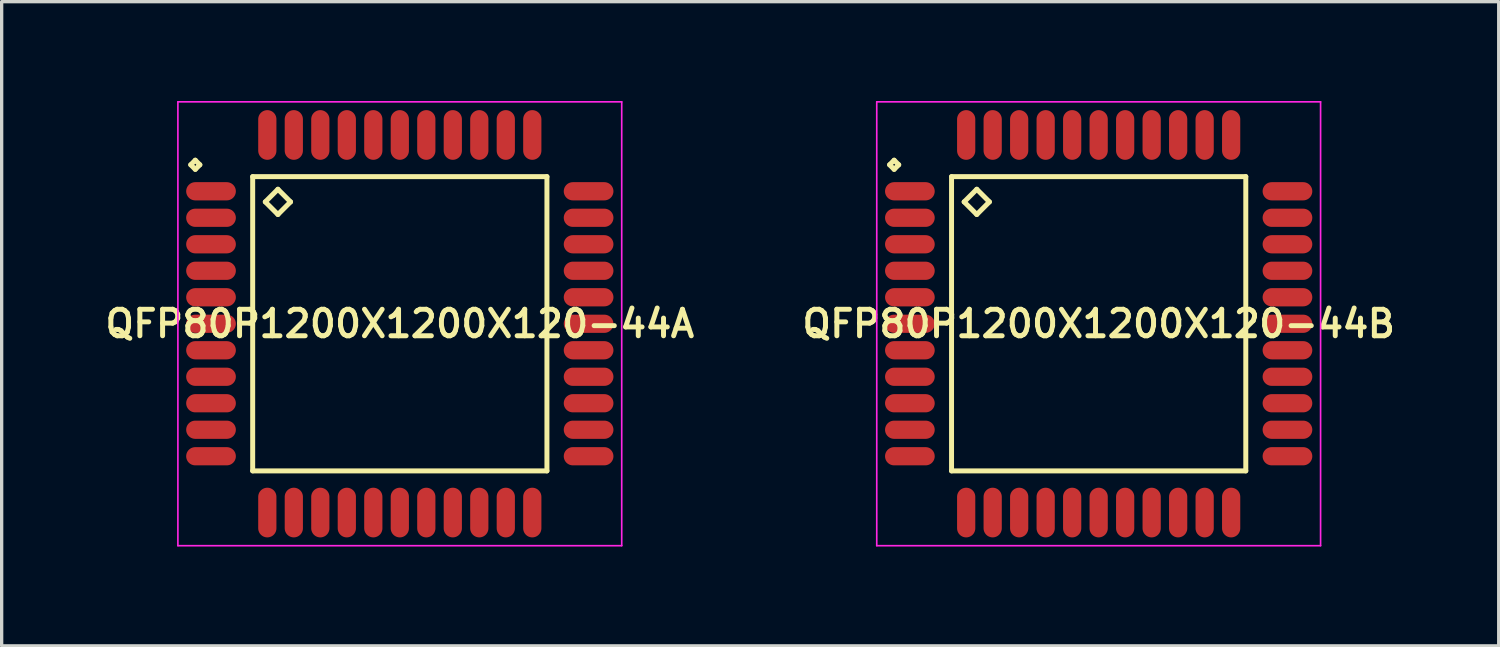
<source format=kicad_pcb>
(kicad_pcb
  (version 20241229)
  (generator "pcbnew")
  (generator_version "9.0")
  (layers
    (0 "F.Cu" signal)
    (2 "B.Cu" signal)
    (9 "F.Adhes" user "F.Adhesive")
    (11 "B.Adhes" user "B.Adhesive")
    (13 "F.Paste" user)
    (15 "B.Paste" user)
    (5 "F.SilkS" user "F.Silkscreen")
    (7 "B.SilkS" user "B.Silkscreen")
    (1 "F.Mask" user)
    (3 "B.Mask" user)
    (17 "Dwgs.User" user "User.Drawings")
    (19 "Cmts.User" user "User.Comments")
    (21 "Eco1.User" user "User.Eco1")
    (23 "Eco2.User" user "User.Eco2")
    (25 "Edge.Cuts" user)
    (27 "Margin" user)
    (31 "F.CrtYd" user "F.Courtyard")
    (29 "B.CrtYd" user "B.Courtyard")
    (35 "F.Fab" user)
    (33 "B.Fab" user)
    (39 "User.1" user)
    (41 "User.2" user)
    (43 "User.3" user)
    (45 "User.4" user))
  (footprint "QFP80P1200X1200X120-44B"
    (layer "F.Cu")
    (at 30.121 6.725)
    (property "Reference" "QFP80P1200X1200X120-44B" (at 0 0 0) (layer "F.SilkS") (effects (font (size 0.8 0.8) (thickness 0.15))))
    (attr smd)
    (fp_line (start -6.312 -4.8) (end -6.175 -4.938) (stroke (width 0.15) (type solid)) (layer "F.SilkS"))
    (fp_line (start -6.175 -4.938) (end -6.037 -4.8) (stroke (width 0.15) (type solid)) (layer "F.SilkS"))
    (fp_line (start -6.175 -4.662) (end -6.312 -4.8) (stroke (width 0.15) (type solid)) (layer "F.SilkS"))
    (fp_line (start -6.037 -4.8) (end -6.175 -4.662) (stroke (width 0.15) (type solid)) (layer "F.SilkS"))
    (fp_line (start -4.442 -4.442) (end -4.442 4.442) (stroke (width 0.15) (type solid)) (layer "F.SilkS"))
    (fp_line (start -4.442 4.442) (end 4.442 4.442) (stroke (width 0.15) (type solid)) (layer "F.SilkS"))
    (fp_line (start -4.061 -3.68) (end -3.68 -4.061) (stroke (width 0.15) (type solid)) (layer "F.SilkS"))
    (fp_line (start -3.68 -4.061) (end -3.299 -3.68) (stroke (width 0.15) (type solid)) (layer "F.SilkS"))
    (fp_line (start -3.68 -3.299) (end -4.061 -3.68) (stroke (width 0.15) (type solid)) (layer "F.SilkS"))
    (fp_line (start -3.299 -3.68) (end -3.68 -3.299) (stroke (width 0.15) (type solid)) (layer "F.SilkS"))
    (fp_line (start 4.442 -4.442) (end -4.442 -4.442) (stroke (width 0.15) (type solid)) (layer "F.SilkS"))
    (fp_line (start 4.442 4.442) (end 4.442 -4.442) (stroke (width 0.15) (type solid)) (layer "F.SilkS"))
    (fp_line (start -6.7 -6.7) (end 6.7 -6.7) (stroke (width 0.05) (type solid)) (layer "F.CrtYd"))
    (fp_line (start -6.7 6.7) (end -6.7 -6.7) (stroke (width 0.05) (type solid)) (layer "F.CrtYd"))
    (fp_line (start 6.7 -6.7) (end 6.7 6.7) (stroke (width 0.05) (type solid)) (layer "F.CrtYd"))
    (fp_line (start 6.7 6.7) (end -6.7 6.7) (stroke (width 0.05) (type solid)) (layer "F.CrtYd"))
    (pad "1" smd oval (at -5.7 -4) (size 1.5 0.55) (layers "F.Cu" "F.Mask" "F.Paste"))
    (pad "2" smd oval (at -5.7 -3.2) (size 1.5 0.55) (layers "F.Cu" "F.Mask" "F.Paste"))
    (pad "3" smd oval (at -5.7 -2.4) (size 1.5 0.55) (layers "F.Cu" "F.Mask" "F.Paste"))
    (pad "4" smd oval (at -5.7 -1.6) (size 1.5 0.55) (layers "F.Cu" "F.Mask" "F.Paste"))
    (pad "5" smd oval (at -5.7 -0.8) (size 1.5 0.55) (layers "F.Cu" "F.Mask" "F.Paste"))
    (pad "6" smd oval (at -5.7 0) (size 1.5 0.55) (layers "F.Cu" "F.Mask" "F.Paste"))
    (pad "7" smd oval (at -5.7 0.8) (size 1.5 0.55) (layers "F.Cu" "F.Mask" "F.Paste"))
    (pad "8" smd oval (at -5.7 1.6) (size 1.5 0.55) (layers "F.Cu" "F.Mask" "F.Paste"))
    (pad "9" smd oval (at -5.7 2.4) (size 1.5 0.55) (layers "F.Cu" "F.Mask" "F.Paste"))
    (pad "10" smd oval (at -5.7 3.2) (size 1.5 0.55) (layers "F.Cu" "F.Mask" "F.Paste"))
    (pad "11" smd oval (at -5.7 4) (size 1.5 0.55) (layers "F.Cu" "F.Mask" "F.Paste"))
    (pad "12" smd oval (at -4 5.7) (size 0.55 1.5) (layers "F.Cu" "F.Mask" "F.Paste"))
    (pad "13" smd oval (at -3.2 5.7) (size 0.55 1.5) (layers "F.Cu" "F.Mask" "F.Paste"))
    (pad "14" smd oval (at -2.4 5.7) (size 0.55 1.5) (layers "F.Cu" "F.Mask" "F.Paste"))
    (pad "15" smd oval (at -1.6 5.7) (size 0.55 1.5) (layers "F.Cu" "F.Mask" "F.Paste"))
    (pad "16" smd oval (at -0.8 5.7) (size 0.55 1.5) (layers "F.Cu" "F.Mask" "F.Paste"))
    (pad "17" smd oval (at 0 5.7) (size 0.55 1.5) (layers "F.Cu" "F.Mask" "F.Paste"))
    (pad "18" smd oval (at 0.8 5.7) (size 0.55 1.5) (layers "F.Cu" "F.Mask" "F.Paste"))
    (pad "19" smd oval (at 1.6 5.7) (size 0.55 1.5) (layers "F.Cu" "F.Mask" "F.Paste"))
    (pad "20" smd oval (at 2.4 5.7) (size 0.55 1.5) (layers "F.Cu" "F.Mask" "F.Paste"))
    (pad "21" smd oval (at 3.2 5.7) (size 0.55 1.5) (layers "F.Cu" "F.Mask" "F.Paste"))
    (pad "22" smd oval (at 4 5.7) (size 0.55 1.5) (layers "F.Cu" "F.Mask" "F.Paste"))
    (pad "23" smd oval (at 5.7 4) (size 1.5 0.55) (layers "F.Cu" "F.Mask" "F.Paste"))
    (pad "24" smd oval (at 5.7 3.2) (size 1.5 0.55) (layers "F.Cu" "F.Mask" "F.Paste"))
    (pad "25" smd oval (at 5.7 2.4) (size 1.5 0.55) (layers "F.Cu" "F.Mask" "F.Paste"))
    (pad "26" smd oval (at 5.7 1.6) (size 1.5 0.55) (layers "F.Cu" "F.Mask" "F.Paste"))
    (pad "27" smd oval (at 5.7 0.8) (size 1.5 0.55) (layers "F.Cu" "F.Mask" "F.Paste"))
    (pad "28" smd oval (at 5.7 0) (size 1.5 0.55) (layers "F.Cu" "F.Mask" "F.Paste"))
    (pad "29" smd oval (at 5.7 -0.8) (size 1.5 0.55) (layers "F.Cu" "F.Mask" "F.Paste"))
    (pad "30" smd oval (at 5.7 -1.6) (size 1.5 0.55) (layers "F.Cu" "F.Mask" "F.Paste"))
    (pad "31" smd oval (at 5.7 -2.4) (size 1.5 0.55) (layers "F.Cu" "F.Mask" "F.Paste"))
    (pad "32" smd oval (at 5.7 -3.2) (size 1.5 0.55) (layers "F.Cu" "F.Mask" "F.Paste"))
    (pad "33" smd oval (at 5.7 -4) (size 1.5 0.55) (layers "F.Cu" "F.Mask" "F.Paste"))
    (pad "34" smd oval (at 4 -5.7) (size 0.55 1.5) (layers "F.Cu" "F.Mask" "F.Paste"))
    (pad "35" smd oval (at 3.2 -5.7) (size 0.55 1.5) (layers "F.Cu" "F.Mask" "F.Paste"))
    (pad "36" smd oval (at 2.4 -5.7) (size 0.55 1.5) (layers "F.Cu" "F.Mask" "F.Paste"))
    (pad "37" smd oval (at 1.6 -5.7) (size 0.55 1.5) (layers "F.Cu" "F.Mask" "F.Paste"))
    (pad "38" smd oval (at 0.8 -5.7) (size 0.55 1.5) (layers "F.Cu" "F.Mask" "F.Paste"))
    (pad "39" smd oval (at 0 -5.7) (size 0.55 1.5) (layers "F.Cu" "F.Mask" "F.Paste"))
    (pad "40" smd oval (at -0.8 -5.7) (size 0.55 1.5) (layers "F.Cu" "F.Mask" "F.Paste"))
    (pad "41" smd oval (at -1.6 -5.7) (size 0.55 1.5) (layers "F.Cu" "F.Mask" "F.Paste"))
    (pad "42" smd oval (at -2.4 -5.7) (size 0.55 1.5) (layers "F.Cu" "F.Mask" "F.Paste"))
    (pad "43" smd oval (at -3.2 -5.7) (size 0.55 1.5) (layers "F.Cu" "F.Mask" "F.Paste"))
    (pad "44" smd oval (at -4 -5.7) (size 0.55 1.5) (layers "F.Cu" "F.Mask" "F.Paste")))
  (footprint "QFP80P1200X1200X120-44A"
    (layer "F.Cu")
    (at 9.021 6.725)
    (property "Reference" "QFP80P1200X1200X120-44A" (at 0 0 0) (layer "F.SilkS") (effects (font (size 0.8 0.8) (thickness 0.15))))
    (attr smd)
    (fp_line (start -6.312 -4.8) (end -6.175 -4.938) (stroke (width 0.15) (type solid)) (layer "F.SilkS"))
    (fp_line (start -6.175 -4.938) (end -6.037 -4.8) (stroke (width 0.15) (type solid)) (layer "F.SilkS"))
    (fp_line (start -6.175 -4.662) (end -6.312 -4.8) (stroke (width 0.15) (type solid)) (layer "F.SilkS"))
    (fp_line (start -6.037 -4.8) (end -6.175 -4.662) (stroke (width 0.15) (type solid)) (layer "F.SilkS"))
    (fp_line (start -4.442 -4.442) (end -4.442 4.442) (stroke (width 0.15) (type solid)) (layer "F.SilkS"))
    (fp_line (start -4.442 4.442) (end 4.442 4.442) (stroke (width 0.15) (type solid)) (layer "F.SilkS"))
    (fp_line (start -4.061 -3.68) (end -3.68 -4.061) (stroke (width 0.15) (type solid)) (layer "F.SilkS"))
    (fp_line (start -3.68 -4.061) (end -3.299 -3.68) (stroke (width 0.15) (type solid)) (layer "F.SilkS"))
    (fp_line (start -3.68 -3.299) (end -4.061 -3.68) (stroke (width 0.15) (type solid)) (layer "F.SilkS"))
    (fp_line (start -3.299 -3.68) (end -3.68 -3.299) (stroke (width 0.15) (type solid)) (layer "F.SilkS"))
    (fp_line (start 4.442 -4.442) (end -4.442 -4.442) (stroke (width 0.15) (type solid)) (layer "F.SilkS"))
    (fp_line (start 4.442 4.442) (end 4.442 -4.442) (stroke (width 0.15) (type solid)) (layer "F.SilkS"))
    (fp_line (start -6.7 -6.7) (end 6.7 -6.7) (stroke (width 0.05) (type solid)) (layer "F.CrtYd"))
    (fp_line (start -6.7 6.7) (end -6.7 -6.7) (stroke (width 0.05) (type solid)) (layer "F.CrtYd"))
    (fp_line (start 6.7 -6.7) (end 6.7 6.7) (stroke (width 0.05) (type solid)) (layer "F.CrtYd"))
    (fp_line (start 6.7 6.7) (end -6.7 6.7) (stroke (width 0.05) (type solid)) (layer "F.CrtYd"))
    (pad "1" smd oval (at -5.7 -4) (size 1.5 0.55) (layers "F.Cu" "F.Mask" "F.Paste"))
    (pad "2" smd oval (at -5.7 -3.2) (size 1.5 0.55) (layers "F.Cu" "F.Mask" "F.Paste"))
    (pad "3" smd oval (at -5.7 -2.4) (size 1.5 0.55) (layers "F.Cu" "F.Mask" "F.Paste"))
    (pad "4" smd oval (at -5.7 -1.6) (size 1.5 0.55) (layers "F.Cu" "F.Mask" "F.Paste"))
    (pad "5" smd oval (at -5.7 -0.8) (size 1.5 0.55) (layers "F.Cu" "F.Mask" "F.Paste"))
    (pad "6" smd oval (at -5.7 0) (size 1.5 0.55) (layers "F.Cu" "F.Mask" "F.Paste"))
    (pad "7" smd oval (at -5.7 0.8) (size 1.5 0.55) (layers "F.Cu" "F.Mask" "F.Paste"))
    (pad "8" smd oval (at -5.7 1.6) (size 1.5 0.55) (layers "F.Cu" "F.Mask" "F.Paste"))
    (pad "9" smd oval (at -5.7 2.4) (size 1.5 0.55) (layers "F.Cu" "F.Mask" "F.Paste"))
    (pad "10" smd oval (at -5.7 3.2) (size 1.5 0.55) (layers "F.Cu" "F.Mask" "F.Paste"))
    (pad "11" smd oval (at -5.7 4) (size 1.5 0.55) (layers "F.Cu" "F.Mask" "F.Paste"))
    (pad "12" smd oval (at -4 5.7) (size 0.55 1.5) (layers "F.Cu" "F.Mask" "F.Paste"))
    (pad "13" smd oval (at -3.2 5.7) (size 0.55 1.5) (layers "F.Cu" "F.Mask" "F.Paste"))
    (pad "14" smd oval (at -2.4 5.7) (size 0.55 1.5) (layers "F.Cu" "F.Mask" "F.Paste"))
    (pad "15" smd oval (at -1.6 5.7) (size 0.55 1.5) (layers "F.Cu" "F.Mask" "F.Paste"))
    (pad "16" smd oval (at -0.8 5.7) (size 0.55 1.5) (layers "F.Cu" "F.Mask" "F.Paste"))
    (pad "17" smd oval (at 0 5.7) (size 0.55 1.5) (layers "F.Cu" "F.Mask" "F.Paste"))
    (pad "18" smd oval (at 0.8 5.7) (size 0.55 1.5) (layers "F.Cu" "F.Mask" "F.Paste"))
    (pad "19" smd oval (at 1.6 5.7) (size 0.55 1.5) (layers "F.Cu" "F.Mask" "F.Paste"))
    (pad "20" smd oval (at 2.4 5.7) (size 0.55 1.5) (layers "F.Cu" "F.Mask" "F.Paste"))
    (pad "21" smd oval (at 3.2 5.7) (size 0.55 1.5) (layers "F.Cu" "F.Mask" "F.Paste"))
    (pad "22" smd oval (at 4 5.7) (size 0.55 1.5) (layers "F.Cu" "F.Mask" "F.Paste"))
    (pad "23" smd oval (at 5.7 4) (size 1.5 0.55) (layers "F.Cu" "F.Mask" "F.Paste"))
    (pad "24" smd oval (at 5.7 3.2) (size 1.5 0.55) (layers "F.Cu" "F.Mask" "F.Paste"))
    (pad "25" smd oval (at 5.7 2.4) (size 1.5 0.55) (layers "F.Cu" "F.Mask" "F.Paste"))
    (pad "26" smd oval (at 5.7 1.6) (size 1.5 0.55) (layers "F.Cu" "F.Mask" "F.Paste"))
    (pad "27" smd oval (at 5.7 0.8) (size 1.5 0.55) (layers "F.Cu" "F.Mask" "F.Paste"))
    (pad "28" smd oval (at 5.7 0) (size 1.5 0.55) (layers "F.Cu" "F.Mask" "F.Paste"))
    (pad "29" smd oval (at 5.7 -0.8) (size 1.5 0.55) (layers "F.Cu" "F.Mask" "F.Paste"))
    (pad "30" smd oval (at 5.7 -1.6) (size 1.5 0.55) (layers "F.Cu" "F.Mask" "F.Paste"))
    (pad "31" smd oval (at 5.7 -2.4) (size 1.5 0.55) (layers "F.Cu" "F.Mask" "F.Paste"))
    (pad "32" smd oval (at 5.7 -3.2) (size 1.5 0.55) (layers "F.Cu" "F.Mask" "F.Paste"))
    (pad "33" smd oval (at 5.7 -4) (size 1.5 0.55) (layers "F.Cu" "F.Mask" "F.Paste"))
    (pad "34" smd oval (at 4 -5.7) (size 0.55 1.5) (layers "F.Cu" "F.Mask" "F.Paste"))
    (pad "35" smd oval (at 3.2 -5.7) (size 0.55 1.5) (layers "F.Cu" "F.Mask" "F.Paste"))
    (pad "36" smd oval (at 2.4 -5.7) (size 0.55 1.5) (layers "F.Cu" "F.Mask" "F.Paste"))
    (pad "37" smd oval (at 1.6 -5.7) (size 0.55 1.5) (layers "F.Cu" "F.Mask" "F.Paste"))
    (pad "38" smd oval (at 0.8 -5.7) (size 0.55 1.5) (layers "F.Cu" "F.Mask" "F.Paste"))
    (pad "39" smd oval (at 0 -5.7) (size 0.55 1.5) (layers "F.Cu" "F.Mask" "F.Paste"))
    (pad "40" smd oval (at -0.8 -5.7) (size 0.55 1.5) (layers "F.Cu" "F.Mask" "F.Paste"))
    (pad "41" smd oval (at -1.6 -5.7) (size 0.55 1.5) (layers "F.Cu" "F.Mask" "F.Paste"))
    (pad "42" smd oval (at -2.4 -5.7) (size 0.55 1.5) (layers "F.Cu" "F.Mask" "F.Paste"))
    (pad "43" smd oval (at -3.2 -5.7) (size 0.55 1.5) (layers "F.Cu" "F.Mask" "F.Paste"))
    (pad "44" smd oval (at -4 -5.7) (size 0.55 1.5) (layers "F.Cu" "F.Mask" "F.Paste")))
  (gr_rect
    (start -3 -3)
    (end 42.199 16.45)
    (stroke (width 0.1) (type default))
    (fill no)
    (layer "Edge.Cuts")))
</source>
